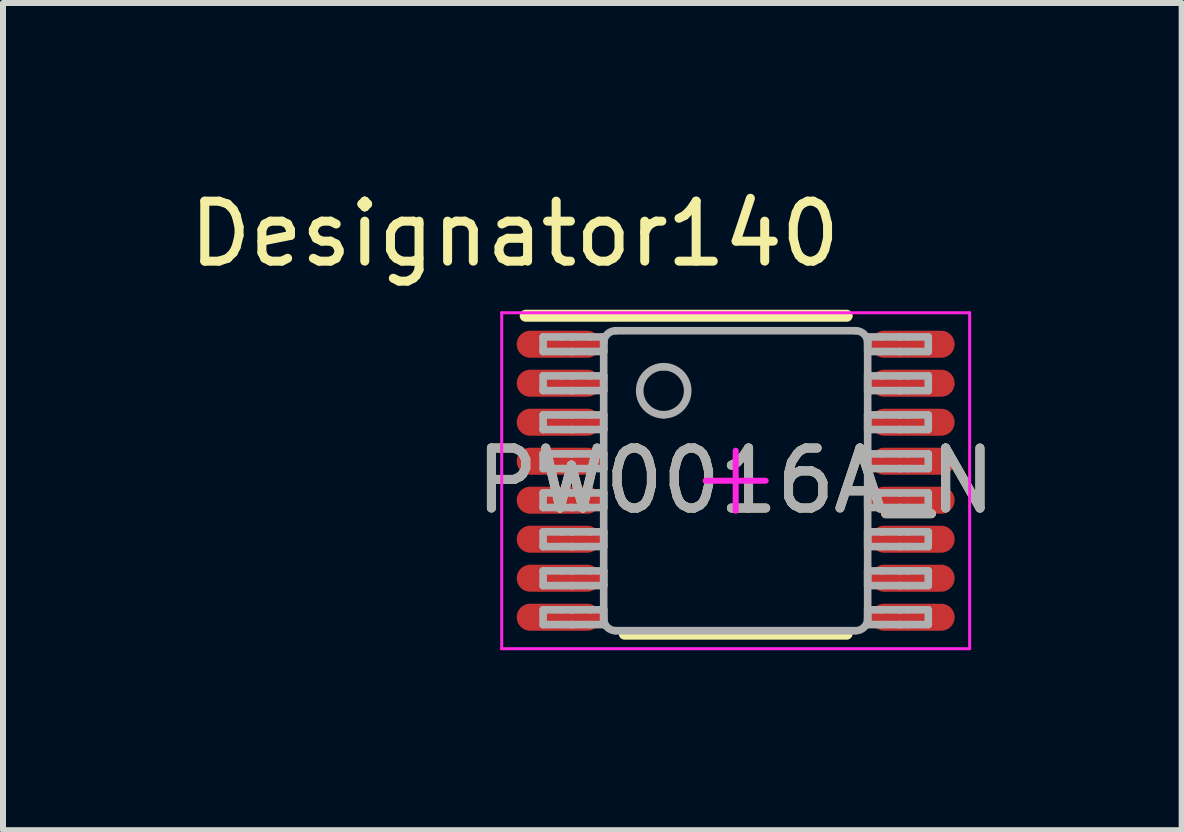
<source format=kicad_pcb>
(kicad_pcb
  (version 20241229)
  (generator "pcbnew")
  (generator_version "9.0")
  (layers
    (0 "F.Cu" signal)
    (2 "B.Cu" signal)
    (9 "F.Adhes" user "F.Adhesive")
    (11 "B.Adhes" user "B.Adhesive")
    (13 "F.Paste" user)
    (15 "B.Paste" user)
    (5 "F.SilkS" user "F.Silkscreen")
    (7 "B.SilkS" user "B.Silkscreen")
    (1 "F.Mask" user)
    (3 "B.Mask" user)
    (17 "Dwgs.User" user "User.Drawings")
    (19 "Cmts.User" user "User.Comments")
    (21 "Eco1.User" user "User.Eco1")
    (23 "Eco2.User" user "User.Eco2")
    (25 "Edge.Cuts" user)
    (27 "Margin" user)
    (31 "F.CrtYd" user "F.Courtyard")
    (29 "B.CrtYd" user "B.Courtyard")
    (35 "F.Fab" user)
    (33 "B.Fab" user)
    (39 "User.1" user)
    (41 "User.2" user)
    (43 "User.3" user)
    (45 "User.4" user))
  (footprint "PW0016A_N"
    (layer "F.Cu")
    (at 9.213 4.963)
    (property "Reference" "PW0016A_N" (at 0 0 0) (unlocked yes) (layer "F.SilkS") (effects (font (size 1 1) (thickness 0.15))))
    (attr smd)
    (fp_line (start -3.5 -2.75) (end 1.85 -2.75) (stroke (width 0.2) (type solid)) (layer "F.SilkS"))
    (fp_line (start -1.85 2.55) (end 1.85 2.55) (stroke (width 0.2) (type solid)) (layer "F.SilkS"))
    (fp_line (start -3.9 -2.8) (end 3.9 -2.8) (stroke (width 0.05) (type solid)) (layer "F.CrtYd"))
    (fp_line (start -3.9 2.8) (end -3.9 -2.8) (stroke (width 0.05) (type solid)) (layer "F.CrtYd"))
    (fp_line (start -3.9 2.8) (end 3.9 2.8) (stroke (width 0.05) (type solid)) (layer "F.CrtYd"))
    (fp_line (start -0.5 0) (end 0.5 0) (stroke (width 0.1) (type solid)) (layer "F.CrtYd"))
    (fp_line (start 0 0.5) (end 0 -0.5) (stroke (width 0.1) (type solid)) (layer "F.CrtYd"))
    (fp_line (start 3.9 2.8) (end 3.9 -2.8) (stroke (width 0.05) (type solid)) (layer "F.CrtYd"))
    (fp_line (start -3.21 -2.397) (end -2.887 -2.397) (stroke (width 0.127) (type solid)) (layer "F.Fab"))
    (fp_line (start -3.21 -2.153) (end -3.21 -2.397) (stroke (width 0.127) (type solid)) (layer "F.Fab"))
    (fp_line (start -3.21 -2.153) (end -2.887 -2.153) (stroke (width 0.127) (type solid)) (layer "F.Fab"))
    (fp_line (start -3.21 -1.748) (end -2.887 -1.748) (stroke (width 0.127) (type solid)) (layer "F.Fab"))
    (fp_line (start -3.21 -1.502) (end -3.21 -1.748) (stroke (width 0.127) (type solid)) (layer "F.Fab"))
    (fp_line (start -3.21 -1.502) (end -2.887 -1.502) (stroke (width 0.127) (type solid)) (layer "F.Fab"))
    (fp_line (start -3.21 -1.097) (end -2.887 -1.097) (stroke (width 0.127) (type solid)) (layer "F.Fab"))
    (fp_line (start -3.21 -0.853) (end -3.21 -1.097) (stroke (width 0.127) (type solid)) (layer "F.Fab"))
    (fp_line (start -3.21 -0.853) (end -2.887 -0.853) (stroke (width 0.127) (type solid)) (layer "F.Fab"))
    (fp_line (start -3.21 -0.448) (end -2.887 -0.448) (stroke (width 0.127) (type solid)) (layer "F.Fab"))
    (fp_line (start -3.21 -0.202) (end -3.21 -0.448) (stroke (width 0.127) (type solid)) (layer "F.Fab"))
    (fp_line (start -3.21 -0.202) (end -2.887 -0.202) (stroke (width 0.127) (type solid)) (layer "F.Fab"))
    (fp_line (start -3.21 0.203) (end -2.887 0.203) (stroke (width 0.127) (type solid)) (layer "F.Fab"))
    (fp_line (start -3.21 0.447) (end -3.21 0.203) (stroke (width 0.127) (type solid)) (layer "F.Fab"))
    (fp_line (start -3.21 0.447) (end -2.887 0.447) (stroke (width 0.127) (type solid)) (layer "F.Fab"))
    (fp_line (start -3.21 0.852) (end -2.887 0.852) (stroke (width 0.127) (type solid)) (layer "F.Fab"))
    (fp_line (start -3.21 1.098) (end -3.21 0.852) (stroke (width 0.127) (type solid)) (layer "F.Fab"))
    (fp_line (start -3.21 1.098) (end -2.887 1.098) (stroke (width 0.127) (type solid)) (layer "F.Fab"))
    (fp_line (start -3.21 1.503) (end -2.887 1.503) (stroke (width 0.127) (type solid)) (layer "F.Fab"))
    (fp_line (start -3.21 1.748) (end -3.21 1.503) (stroke (width 0.127) (type solid)) (layer "F.Fab"))
    (fp_line (start -3.21 1.748) (end -2.887 1.748) (stroke (width 0.127) (type solid)) (layer "F.Fab"))
    (fp_line (start -3.21 2.152) (end -2.887 2.152) (stroke (width 0.127) (type solid)) (layer "F.Fab"))
    (fp_line (start -3.21 2.398) (end -3.21 2.152) (stroke (width 0.127) (type solid)) (layer "F.Fab"))
    (fp_line (start -3.21 2.398) (end -2.887 2.398) (stroke (width 0.127) (type solid)) (layer "F.Fab"))
    (fp_line (start -2.887 -2.397) (end -2.739 -2.397) (stroke (width 0.127) (type solid)) (layer "F.Fab"))
    (fp_line (start -2.887 -2.153) (end -2.739 -2.153) (stroke (width 0.127) (type solid)) (layer "F.Fab"))
    (fp_line (start -2.887 -1.748) (end -2.739 -1.748) (stroke (width 0.127) (type solid)) (layer "F.Fab"))
    (fp_line (start -2.887 -1.502) (end -2.739 -1.502) (stroke (width 0.127) (type solid)) (layer "F.Fab"))
    (fp_line (start -2.887 -1.097) (end -2.739 -1.097) (stroke (width 0.127) (type solid)) (layer "F.Fab"))
    (fp_line (start -2.887 -0.853) (end -2.739 -0.853) (stroke (width 0.127) (type solid)) (layer "F.Fab"))
    (fp_line (start -2.887 -0.448) (end -2.739 -0.448) (stroke (width 0.127) (type solid)) (layer "F.Fab"))
    (fp_line (start -2.887 -0.202) (end -2.739 -0.202) (stroke (width 0.127) (type solid)) (layer "F.Fab"))
    (fp_line (start -2.887 0.203) (end -2.739 0.203) (stroke (width 0.127) (type solid)) (layer "F.Fab"))
    (fp_line (start -2.887 0.447) (end -2.739 0.447) (stroke (width 0.127) (type solid)) (layer "F.Fab"))
    (fp_line (start -2.887 0.852) (end -2.739 0.852) (stroke (width 0.127) (type solid)) (layer "F.Fab"))
    (fp_line (start -2.887 1.098) (end -2.739 1.098) (stroke (width 0.127) (type solid)) (layer "F.Fab"))
    (fp_line (start -2.887 1.503) (end -2.739 1.503) (stroke (width 0.127) (type solid)) (layer "F.Fab"))
    (fp_line (start -2.887 1.748) (end -2.739 1.748) (stroke (width 0.127) (type solid)) (layer "F.Fab"))
    (fp_line (start -2.887 2.152) (end -2.739 2.152) (stroke (width 0.127) (type solid)) (layer "F.Fab"))
    (fp_line (start -2.887 2.398) (end -2.739 2.398) (stroke (width 0.127) (type solid)) (layer "F.Fab"))
    (fp_line (start -2.739 -2.397) (end -2.733 -2.397) (stroke (width 0.127) (type solid)) (layer "F.Fab"))
    (fp_line (start -2.739 -2.153) (end -2.733 -2.153) (stroke (width 0.127) (type solid)) (layer "F.Fab"))
    (fp_line (start -2.739 -1.748) (end -2.733 -1.748) (stroke (width 0.127) (type solid)) (layer "F.Fab"))
    (fp_line (start -2.739 -1.502) (end -2.733 -1.502) (stroke (width 0.127) (type solid)) (layer "F.Fab"))
    (fp_line (start -2.739 -1.097) (end -2.733 -1.097) (stroke (width 0.127) (type solid)) (layer "F.Fab"))
    (fp_line (start -2.739 -0.853) (end -2.733 -0.853) (stroke (width 0.127) (type solid)) (layer "F.Fab"))
    (fp_line (start -2.739 -0.448) (end -2.733 -0.448) (stroke (width 0.127) (type solid)) (layer "F.Fab"))
    (fp_line (start -2.739 -0.202) (end -2.733 -0.202) (stroke (width 0.127) (type solid)) (layer "F.Fab"))
    (fp_line (start -2.739 0.203) (end -2.733 0.203) (stroke (width 0.127) (type solid)) (layer "F.Fab"))
    (fp_line (start -2.739 0.447) (end -2.733 0.447) (stroke (width 0.127) (type solid)) (layer "F.Fab"))
    (fp_line (start -2.739 0.852) (end -2.733 0.852) (stroke (width 0.127) (type solid)) (layer "F.Fab"))
    (fp_line (start -2.739 1.098) (end -2.733 1.098) (stroke (width 0.127) (type solid)) (layer "F.Fab"))
    (fp_line (start -2.739 1.503) (end -2.733 1.503) (stroke (width 0.127) (type solid)) (layer "F.Fab"))
    (fp_line (start -2.739 1.748) (end -2.733 1.748) (stroke (width 0.127) (type solid)) (layer "F.Fab"))
    (fp_line (start -2.739 2.152) (end -2.733 2.152) (stroke (width 0.127) (type solid)) (layer "F.Fab"))
    (fp_line (start -2.739 2.398) (end -2.733 2.398) (stroke (width 0.127) (type solid)) (layer "F.Fab"))
    (fp_line (start -2.733 -2.397) (end -2.431 -2.397) (stroke (width 0.127) (type solid)) (layer "F.Fab"))
    (fp_line (start -2.733 -2.153) (end -2.431 -2.153) (stroke (width 0.127) (type solid)) (layer "F.Fab"))
    (fp_line (start -2.733 -1.748) (end -2.431 -1.748) (stroke (width 0.127) (type solid)) (layer "F.Fab"))
    (fp_line (start -2.733 -1.502) (end -2.431 -1.502) (stroke (width 0.127) (type solid)) (layer "F.Fab"))
    (fp_line (start -2.733 -1.097) (end -2.431 -1.097) (stroke (width 0.127) (type solid)) (layer "F.Fab"))
    (fp_line (start -2.733 -0.853) (end -2.431 -0.853) (stroke (width 0.127) (type solid)) (layer "F.Fab"))
    (fp_line (start -2.733 -0.448) (end -2.431 -0.448) (stroke (width 0.127) (type solid)) (layer "F.Fab"))
    (fp_line (start -2.733 -0.202) (end -2.431 -0.202) (stroke (width 0.127) (type solid)) (layer "F.Fab"))
    (fp_line (start -2.733 0.203) (end -2.431 0.203) (stroke (width 0.127) (type solid)) (layer "F.Fab"))
    (fp_line (start -2.733 0.447) (end -2.431 0.447) (stroke (width 0.127) (type solid)) (layer "F.Fab"))
    (fp_line (start -2.733 0.852) (end -2.431 0.852) (stroke (width 0.127) (type solid)) (layer "F.Fab"))
    (fp_line (start -2.733 1.098) (end -2.431 1.098) (stroke (width 0.127) (type solid)) (layer "F.Fab"))
    (fp_line (start -2.733 1.503) (end -2.431 1.503) (stroke (width 0.127) (type solid)) (layer "F.Fab"))
    (fp_line (start -2.733 1.748) (end -2.431 1.748) (stroke (width 0.127) (type solid)) (layer "F.Fab"))
    (fp_line (start -2.733 2.152) (end -2.431 2.152) (stroke (width 0.127) (type solid)) (layer "F.Fab"))
    (fp_line (start -2.733 2.398) (end -2.431 2.398) (stroke (width 0.127) (type solid)) (layer "F.Fab"))
    (fp_line (start -2.431 -2.397) (end -2.2 -2.397) (stroke (width 0.127) (type solid)) (layer "F.Fab"))
    (fp_line (start -2.431 -2.153) (end -2.2 -2.153) (stroke (width 0.127) (type solid)) (layer "F.Fab"))
    (fp_line (start -2.431 -1.748) (end -2.2 -1.748) (stroke (width 0.127) (type solid)) (layer "F.Fab"))
    (fp_line (start -2.431 -1.502) (end -2.2 -1.502) (stroke (width 0.127) (type solid)) (layer "F.Fab"))
    (fp_line (start -2.431 -1.097) (end -2.2 -1.097) (stroke (width 0.127) (type solid)) (layer "F.Fab"))
    (fp_line (start -2.431 -0.853) (end -2.2 -0.853) (stroke (width 0.127) (type solid)) (layer "F.Fab"))
    (fp_line (start -2.431 -0.448) (end -2.2 -0.448) (stroke (width 0.127) (type solid)) (layer "F.Fab"))
    (fp_line (start -2.431 -0.202) (end -2.2 -0.202) (stroke (width 0.127) (type solid)) (layer "F.Fab"))
    (fp_line (start -2.431 0.203) (end -2.2 0.203) (stroke (width 0.127) (type solid)) (layer "F.Fab"))
    (fp_line (start -2.431 0.447) (end -2.2 0.447) (stroke (width 0.127) (type solid)) (layer "F.Fab"))
    (fp_line (start -2.431 0.852) (end -2.2 0.852) (stroke (width 0.127) (type solid)) (layer "F.Fab"))
    (fp_line (start -2.431 1.098) (end -2.2 1.098) (stroke (width 0.127) (type solid)) (layer "F.Fab"))
    (fp_line (start -2.431 1.503) (end -2.2 1.503) (stroke (width 0.127) (type solid)) (layer "F.Fab"))
    (fp_line (start -2.431 1.748) (end -2.2 1.748) (stroke (width 0.127) (type solid)) (layer "F.Fab"))
    (fp_line (start -2.431 2.152) (end -2.2 2.152) (stroke (width 0.127) (type solid)) (layer "F.Fab"))
    (fp_line (start -2.431 2.398) (end -2.2 2.398) (stroke (width 0.127) (type solid)) (layer "F.Fab"))
    (fp_line (start -2.2 -2.153) (end -2.2 -2.397) (stroke (width 0.127) (type solid)) (layer "F.Fab"))
    (fp_line (start -2.2 -1.502) (end -2.2 -1.748) (stroke (width 0.127) (type solid)) (layer "F.Fab"))
    (fp_line (start -2.2 -0.853) (end -2.2 -1.097) (stroke (width 0.127) (type solid)) (layer "F.Fab"))
    (fp_line (start -2.2 -0.202) (end -2.2 -0.448) (stroke (width 0.127) (type solid)) (layer "F.Fab"))
    (fp_line (start -2.2 0.447) (end -2.2 0.203) (stroke (width 0.127) (type solid)) (layer "F.Fab"))
    (fp_line (start -2.2 1.098) (end -2.2 0.852) (stroke (width 0.127) (type solid)) (layer "F.Fab"))
    (fp_line (start -2.2 1.748) (end -2.2 1.503) (stroke (width 0.127) (type solid)) (layer "F.Fab"))
    (fp_line (start -2.2 2.3) (end -2.2 -2.3) (stroke (width 0.127) (type solid)) (layer "F.Fab"))
    (fp_line (start -2.2 2.398) (end -2.2 2.152) (stroke (width 0.127) (type solid)) (layer "F.Fab"))
    (fp_line (start -2 -2.5) (end 2 -2.5) (stroke (width 0.127) (type solid)) (layer "F.Fab"))
    (fp_line (start -2 2.5) (end 2 2.5) (stroke (width 0.127) (type solid)) (layer "F.Fab"))
    (fp_line (start 2.2 -2.397) (end 2.43 -2.397) (stroke (width 0.127) (type solid)) (layer "F.Fab"))
    (fp_line (start 2.2 -2.153) (end 2.2 -2.397) (stroke (width 0.127) (type solid)) (layer "F.Fab"))
    (fp_line (start 2.2 -2.153) (end 2.43 -2.153) (stroke (width 0.127) (type solid)) (layer "F.Fab"))
    (fp_line (start 2.2 -1.748) (end 2.43 -1.748) (stroke (width 0.127) (type solid)) (layer "F.Fab"))
    (fp_line (start 2.2 -1.502) (end 2.2 -1.748) (stroke (width 0.127) (type solid)) (layer "F.Fab"))
    (fp_line (start 2.2 -1.502) (end 2.43 -1.502) (stroke (width 0.127) (type solid)) (layer "F.Fab"))
    (fp_line (start 2.2 -1.097) (end 2.43 -1.097) (stroke (width 0.127) (type solid)) (layer "F.Fab"))
    (fp_line (start 2.2 -0.853) (end 2.2 -1.097) (stroke (width 0.127) (type solid)) (layer "F.Fab"))
    (fp_line (start 2.2 -0.853) (end 2.43 -0.853) (stroke (width 0.127) (type solid)) (layer "F.Fab"))
    (fp_line (start 2.2 -0.448) (end 2.43 -0.448) (stroke (width 0.127) (type solid)) (layer "F.Fab"))
    (fp_line (start 2.2 -0.202) (end 2.2 -0.448) (stroke (width 0.127) (type solid)) (layer "F.Fab"))
    (fp_line (start 2.2 -0.202) (end 2.43 -0.202) (stroke (width 0.127) (type solid)) (layer "F.Fab"))
    (fp_line (start 2.2 0.203) (end 2.43 0.203) (stroke (width 0.127) (type solid)) (layer "F.Fab"))
    (fp_line (start 2.2 0.447) (end 2.2 0.203) (stroke (width 0.127) (type solid)) (layer "F.Fab"))
    (fp_line (start 2.2 0.447) (end 2.43 0.447) (stroke (width 0.127) (type solid)) (layer "F.Fab"))
    (fp_line (start 2.2 0.852) (end 2.43 0.852) (stroke (width 0.127) (type solid)) (layer "F.Fab"))
    (fp_line (start 2.2 1.098) (end 2.2 0.852) (stroke (width 0.127) (type solid)) (layer "F.Fab"))
    (fp_line (start 2.2 1.098) (end 2.43 1.098) (stroke (width 0.127) (type solid)) (layer "F.Fab"))
    (fp_line (start 2.2 1.503) (end 2.43 1.503) (stroke (width 0.127) (type solid)) (layer "F.Fab"))
    (fp_line (start 2.2 1.748) (end 2.2 1.503) (stroke (width 0.127) (type solid)) (layer "F.Fab"))
    (fp_line (start 2.2 1.748) (end 2.43 1.748) (stroke (width 0.127) (type solid)) (layer "F.Fab"))
    (fp_line (start 2.2 2.152) (end 2.43 2.152) (stroke (width 0.127) (type solid)) (layer "F.Fab"))
    (fp_line (start 2.2 2.3) (end 2.2 -2.3) (stroke (width 0.127) (type solid)) (layer "F.Fab"))
    (fp_line (start 2.2 2.398) (end 2.2 2.152) (stroke (width 0.127) (type solid)) (layer "F.Fab"))
    (fp_line (start 2.2 2.398) (end 2.43 2.398) (stroke (width 0.127) (type solid)) (layer "F.Fab"))
    (fp_line (start 2.43 -2.397) (end 2.733 -2.397) (stroke (width 0.127) (type solid)) (layer "F.Fab"))
    (fp_line (start 2.43 -2.153) (end 2.733 -2.153) (stroke (width 0.127) (type solid)) (layer "F.Fab"))
    (fp_line (start 2.43 -1.748) (end 2.733 -1.748) (stroke (width 0.127) (type solid)) (layer "F.Fab"))
    (fp_line (start 2.43 -1.502) (end 2.733 -1.502) (stroke (width 0.127) (type solid)) (layer "F.Fab"))
    (fp_line (start 2.43 -1.097) (end 2.733 -1.097) (stroke (width 0.127) (type solid)) (layer "F.Fab"))
    (fp_line (start 2.43 -0.853) (end 2.733 -0.853) (stroke (width 0.127) (type solid)) (layer "F.Fab"))
    (fp_line (start 2.43 -0.448) (end 2.733 -0.448) (stroke (width 0.127) (type solid)) (layer "F.Fab"))
    (fp_line (start 2.43 -0.202) (end 2.733 -0.202) (stroke (width 0.127) (type solid)) (layer "F.Fab"))
    (fp_line (start 2.43 0.203) (end 2.733 0.203) (stroke (width 0.127) (type solid)) (layer "F.Fab"))
    (fp_line (start 2.43 0.447) (end 2.733 0.447) (stroke (width 0.127) (type solid)) (layer "F.Fab"))
    (fp_line (start 2.43 0.852) (end 2.733 0.852) (stroke (width 0.127) (type solid)) (layer "F.Fab"))
    (fp_line (start 2.43 1.098) (end 2.733 1.098) (stroke (width 0.127) (type solid)) (layer "F.Fab"))
    (fp_line (start 2.43 1.503) (end 2.733 1.503) (stroke (width 0.127) (type solid)) (layer "F.Fab"))
    (fp_line (start 2.43 1.748) (end 2.733 1.748) (stroke (width 0.127) (type solid)) (layer "F.Fab"))
    (fp_line (start 2.43 2.152) (end 2.733 2.152) (stroke (width 0.127) (type solid)) (layer "F.Fab"))
    (fp_line (start 2.43 2.398) (end 2.733 2.398) (stroke (width 0.127) (type solid)) (layer "F.Fab"))
    (fp_line (start 2.733 -2.397) (end 2.739 -2.397) (stroke (width 0.127) (type solid)) (layer "F.Fab"))
    (fp_line (start 2.733 -2.153) (end 2.739 -2.153) (stroke (width 0.127) (type solid)) (layer "F.Fab"))
    (fp_line (start 2.733 -1.748) (end 2.739 -1.748) (stroke (width 0.127) (type solid)) (layer "F.Fab"))
    (fp_line (start 2.733 -1.502) (end 2.739 -1.502) (stroke (width 0.127) (type solid)) (layer "F.Fab"))
    (fp_line (start 2.733 -1.097) (end 2.739 -1.097) (stroke (width 0.127) (type solid)) (layer "F.Fab"))
    (fp_line (start 2.733 -0.853) (end 2.739 -0.853) (stroke (width 0.127) (type solid)) (layer "F.Fab"))
    (fp_line (start 2.733 -0.448) (end 2.739 -0.448) (stroke (width 0.127) (type solid)) (layer "F.Fab"))
    (fp_line (start 2.733 -0.202) (end 2.739 -0.202) (stroke (width 0.127) (type solid)) (layer "F.Fab"))
    (fp_line (start 2.733 0.203) (end 2.739 0.203) (stroke (width 0.127) (type solid)) (layer "F.Fab"))
    (fp_line (start 2.733 0.447) (end 2.739 0.447) (stroke (width 0.127) (type solid)) (layer "F.Fab"))
    (fp_line (start 2.733 0.852) (end 2.739 0.852) (stroke (width 0.127) (type solid)) (layer "F.Fab"))
    (fp_line (start 2.733 1.098) (end 2.739 1.098) (stroke (width 0.127) (type solid)) (layer "F.Fab"))
    (fp_line (start 2.733 1.503) (end 2.739 1.503) (stroke (width 0.127) (type solid)) (layer "F.Fab"))
    (fp_line (start 2.733 1.748) (end 2.739 1.748) (stroke (width 0.127) (type solid)) (layer "F.Fab"))
    (fp_line (start 2.733 2.152) (end 2.739 2.152) (stroke (width 0.127) (type solid)) (layer "F.Fab"))
    (fp_line (start 2.733 2.398) (end 2.739 2.398) (stroke (width 0.127) (type solid)) (layer "F.Fab"))
    (fp_line (start 2.739 -2.397) (end 2.887 -2.397) (stroke (width 0.127) (type solid)) (layer "F.Fab"))
    (fp_line (start 2.739 -2.153) (end 2.887 -2.153) (stroke (width 0.127) (type solid)) (layer "F.Fab"))
    (fp_line (start 2.739 -1.748) (end 2.887 -1.748) (stroke (width 0.127) (type solid)) (layer "F.Fab"))
    (fp_line (start 2.739 -1.502) (end 2.887 -1.502) (stroke (width 0.127) (type solid)) (layer "F.Fab"))
    (fp_line (start 2.739 -1.097) (end 2.887 -1.097) (stroke (width 0.127) (type solid)) (layer "F.Fab"))
    (fp_line (start 2.739 -0.853) (end 2.887 -0.853) (stroke (width 0.127) (type solid)) (layer "F.Fab"))
    (fp_line (start 2.739 -0.448) (end 2.887 -0.448) (stroke (width 0.127) (type solid)) (layer "F.Fab"))
    (fp_line (start 2.739 -0.202) (end 2.887 -0.202) (stroke (width 0.127) (type solid)) (layer "F.Fab"))
    (fp_line (start 2.739 0.203) (end 2.887 0.203) (stroke (width 0.127) (type solid)) (layer "F.Fab"))
    (fp_line (start 2.739 0.447) (end 2.887 0.447) (stroke (width 0.127) (type solid)) (layer "F.Fab"))
    (fp_line (start 2.739 0.852) (end 2.887 0.852) (stroke (width 0.127) (type solid)) (layer "F.Fab"))
    (fp_line (start 2.739 1.098) (end 2.887 1.098) (stroke (width 0.127) (type solid)) (layer "F.Fab"))
    (fp_line (start 2.739 1.503) (end 2.887 1.503) (stroke (width 0.127) (type solid)) (layer "F.Fab"))
    (fp_line (start 2.739 1.748) (end 2.887 1.748) (stroke (width 0.127) (type solid)) (layer "F.Fab"))
    (fp_line (start 2.739 2.152) (end 2.887 2.152) (stroke (width 0.127) (type solid)) (layer "F.Fab"))
    (fp_line (start 2.739 2.398) (end 2.887 2.398) (stroke (width 0.127) (type solid)) (layer "F.Fab"))
    (fp_line (start 2.887 -2.397) (end 3.21 -2.397) (stroke (width 0.127) (type solid)) (layer "F.Fab"))
    (fp_line (start 2.887 -2.153) (end 3.21 -2.153) (stroke (width 0.127) (type solid)) (layer "F.Fab"))
    (fp_line (start 2.887 -1.748) (end 3.21 -1.748) (stroke (width 0.127) (type solid)) (layer "F.Fab"))
    (fp_line (start 2.887 -1.502) (end 3.21 -1.502) (stroke (width 0.127) (type solid)) (layer "F.Fab"))
    (fp_line (start 2.887 -1.097) (end 3.21 -1.097) (stroke (width 0.127) (type solid)) (layer "F.Fab"))
    (fp_line (start 2.887 -0.853) (end 3.21 -0.853) (stroke (width 0.127) (type solid)) (layer "F.Fab"))
    (fp_line (start 2.887 -0.448) (end 3.21 -0.448) (stroke (width 0.127) (type solid)) (layer "F.Fab"))
    (fp_line (start 2.887 -0.202) (end 3.21 -0.202) (stroke (width 0.127) (type solid)) (layer "F.Fab"))
    (fp_line (start 2.887 0.203) (end 3.21 0.203) (stroke (width 0.127) (type solid)) (layer "F.Fab"))
    (fp_line (start 2.887 0.447) (end 3.21 0.447) (stroke (width 0.127) (type solid)) (layer "F.Fab"))
    (fp_line (start 2.887 0.852) (end 3.21 0.852) (stroke (width 0.127) (type solid)) (layer "F.Fab"))
    (fp_line (start 2.887 1.098) (end 3.21 1.098) (stroke (width 0.127) (type solid)) (layer "F.Fab"))
    (fp_line (start 2.887 1.503) (end 3.21 1.503) (stroke (width 0.127) (type solid)) (layer "F.Fab"))
    (fp_line (start 2.887 1.748) (end 3.21 1.748) (stroke (width 0.127) (type solid)) (layer "F.Fab"))
    (fp_line (start 2.887 2.152) (end 3.21 2.152) (stroke (width 0.127) (type solid)) (layer "F.Fab"))
    (fp_line (start 2.887 2.398) (end 3.21 2.398) (stroke (width 0.127) (type solid)) (layer "F.Fab"))
    (fp_line (start 3.21 -2.153) (end 3.21 -2.397) (stroke (width 0.127) (type solid)) (layer "F.Fab"))
    (fp_line (start 3.21 -1.502) (end 3.21 -1.748) (stroke (width 0.127) (type solid)) (layer "F.Fab"))
    (fp_line (start 3.21 -0.853) (end 3.21 -1.097) (stroke (width 0.127) (type solid)) (layer "F.Fab"))
    (fp_line (start 3.21 -0.202) (end 3.21 -0.448) (stroke (width 0.127) (type solid)) (layer "F.Fab"))
    (fp_line (start 3.21 0.447) (end 3.21 0.203) (stroke (width 0.127) (type solid)) (layer "F.Fab"))
    (fp_line (start 3.21 1.098) (end 3.21 0.852) (stroke (width 0.127) (type solid)) (layer "F.Fab"))
    (fp_line (start 3.21 1.748) (end 3.21 1.503) (stroke (width 0.127) (type solid)) (layer "F.Fab"))
    (fp_line (start 3.21 2.398) (end 3.21 2.152) (stroke (width 0.127) (type solid)) (layer "F.Fab"))
    (fp_arc (start -2.200001 -2.3) (mid -2.141422 -2.441421) (end -2.000001 -2.5) (stroke (width 0.127) (type solid)) (layer "F.Fab"))
    (fp_arc (start -2.000001 2.500015) (mid -2.141422 2.441437) (end -2.200001 2.300016) (stroke (width 0.127) (type solid)) (layer "F.Fab"))
    (fp_arc (start -1.200003 -1.900001) (mid -0.800003 -1.500002) (end -1.200003 -1.100003) (stroke (width 0.127) (type solid)) (layer "F.Fab"))
    (fp_arc (start -1.200003 -1.100003) (mid -1.600002 -1.500002) (end -1.200003 -1.900001) (stroke (width 0.127) (type solid)) (layer "F.Fab"))
    (fp_arc (start 1.999991 -2.5) (mid 2.141412 -2.441422) (end 2.199991 -2.3) (stroke (width 0.127) (type solid)) (layer "F.Fab"))
    (fp_arc (start 2.199991 2.300016) (mid 2.141412 2.441437) (end 1.999991 2.500015) (stroke (width 0.127) (type solid)) (layer "F.Fab"))
    (fp_text user "Designator140" (at -3.683 -4.115 0) (unlocked yes) (layer "F.SilkS") (effects (font (size 1 1) (thickness 0.15))))
    (fp_text user "${REFERENCE}" (at 0 0 0) (unlocked yes) (layer "F.Fab") (effects (font (size 1 1) (thickness 0.15))))
    (pad "1" smd oval (at -2.95 -2.275 90) (size 0.45 1.4) (layers "F.Cu" "F.Mask" "F.Paste"))
    (pad "2" smd oval (at -2.95 -1.625 90) (size 0.45 1.4) (layers "F.Cu" "F.Mask" "F.Paste"))
    (pad "3" smd oval (at -2.95 -0.975 90) (size 0.45 1.4) (layers "F.Cu" "F.Mask" "F.Paste"))
    (pad "4" smd oval (at -2.95 -0.325 90) (size 0.45 1.4) (layers "F.Cu" "F.Mask" "F.Paste"))
    (pad "5" smd oval (at -2.95 0.325 90) (size 0.45 1.4) (layers "F.Cu" "F.Mask" "F.Paste"))
    (pad "6" smd oval (at -2.95 0.975 90) (size 0.45 1.4) (layers "F.Cu" "F.Mask" "F.Paste"))
    (pad "7" smd oval (at -2.95 1.625 90) (size 0.45 1.4) (layers "F.Cu" "F.Mask" "F.Paste"))
    (pad "8" smd oval (at -2.95 2.275 90) (size 0.45 1.4) (layers "F.Cu" "F.Mask" "F.Paste"))
    (pad "9" smd oval (at 2.95 2.275 90) (size 0.45 1.4) (layers "F.Cu" "F.Mask" "F.Paste"))
    (pad "10" smd oval (at 2.95 1.625 90) (size 0.45 1.4) (layers "F.Cu" "F.Mask" "F.Paste"))
    (pad "11" smd oval (at 2.95 0.975 90) (size 0.45 1.4) (layers "F.Cu" "F.Mask" "F.Paste"))
    (pad "12" smd oval (at 2.95 0.325 90) (size 0.45 1.4) (layers "F.Cu" "F.Mask" "F.Paste"))
    (pad "13" smd oval (at 2.95 -0.325 90) (size 0.45 1.4) (layers "F.Cu" "F.Mask" "F.Paste"))
    (pad "14" smd oval (at 2.95 -0.975 90) (size 0.45 1.4) (layers "F.Cu" "F.Mask" "F.Paste"))
    (pad "15" smd oval (at 2.95 -1.625 90) (size 0.45 1.4) (layers "F.Cu" "F.Mask" "F.Paste"))
    (pad "16" smd oval (at 2.95 -2.275 90) (size 0.45 1.4) (layers "F.Cu" "F.Mask" "F.Paste")))
  (gr_rect
    (start -3 -3)
    (end 16.647 10.788)
    (stroke (width 0.1) (type default))
    (fill no)
    (layer "Edge.Cuts")))
</source>
